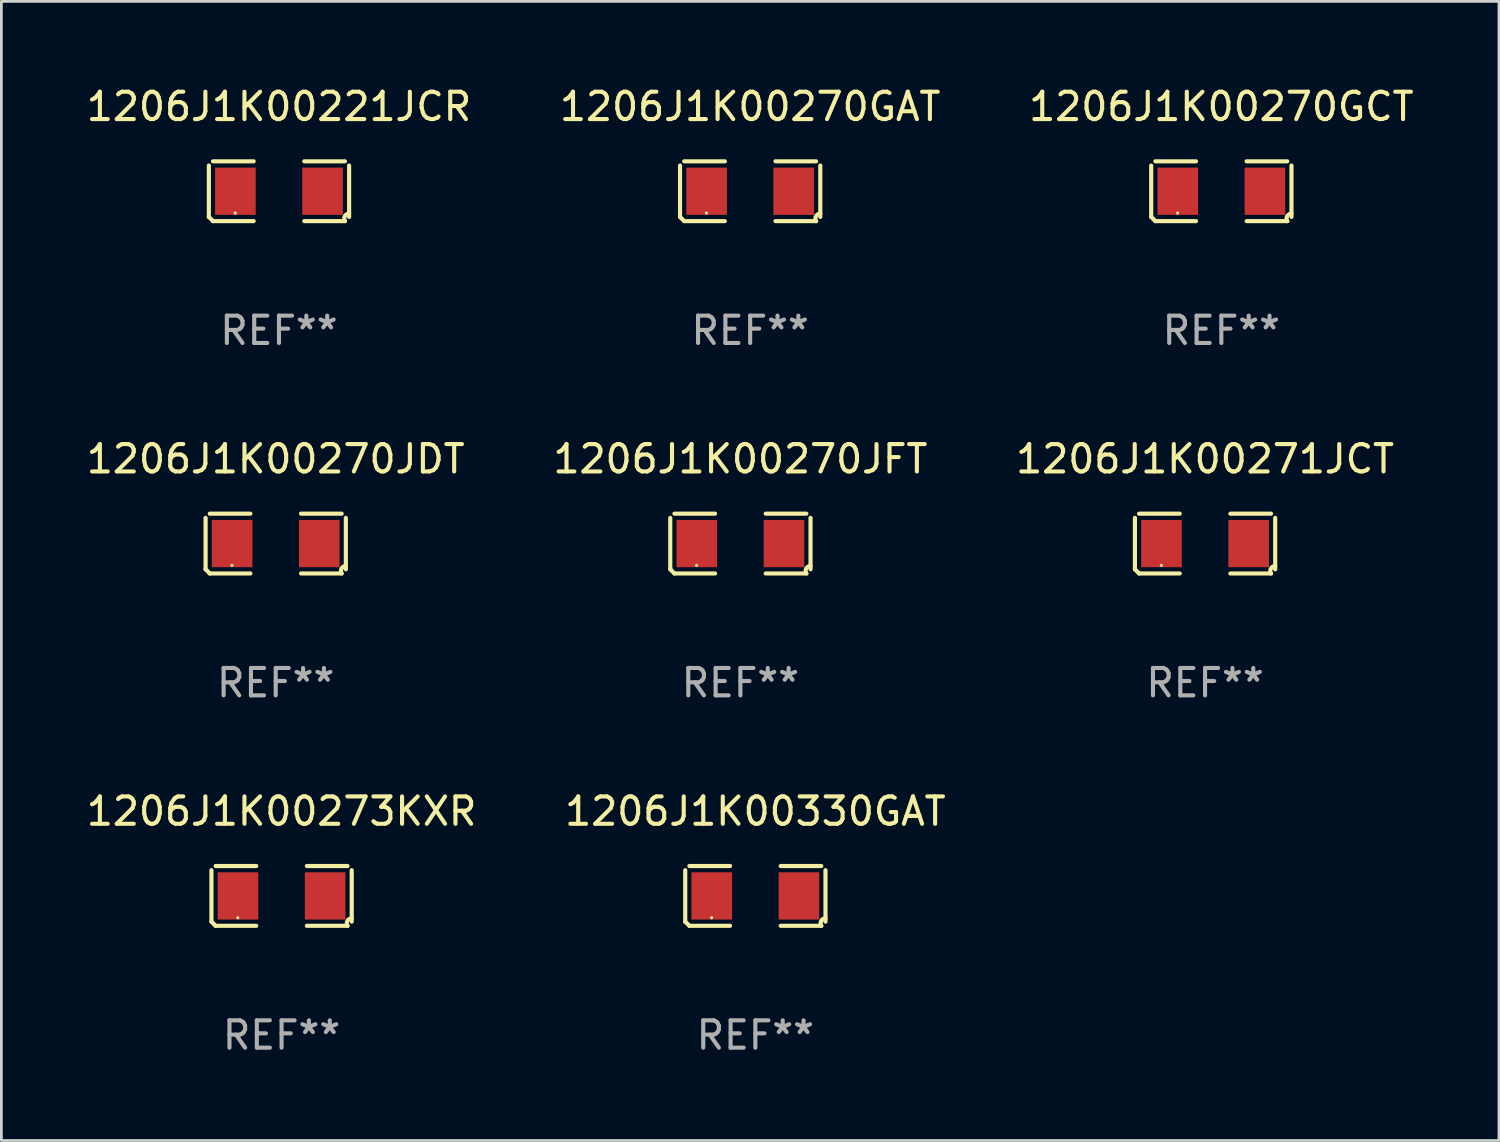
<source format=kicad_pcb>
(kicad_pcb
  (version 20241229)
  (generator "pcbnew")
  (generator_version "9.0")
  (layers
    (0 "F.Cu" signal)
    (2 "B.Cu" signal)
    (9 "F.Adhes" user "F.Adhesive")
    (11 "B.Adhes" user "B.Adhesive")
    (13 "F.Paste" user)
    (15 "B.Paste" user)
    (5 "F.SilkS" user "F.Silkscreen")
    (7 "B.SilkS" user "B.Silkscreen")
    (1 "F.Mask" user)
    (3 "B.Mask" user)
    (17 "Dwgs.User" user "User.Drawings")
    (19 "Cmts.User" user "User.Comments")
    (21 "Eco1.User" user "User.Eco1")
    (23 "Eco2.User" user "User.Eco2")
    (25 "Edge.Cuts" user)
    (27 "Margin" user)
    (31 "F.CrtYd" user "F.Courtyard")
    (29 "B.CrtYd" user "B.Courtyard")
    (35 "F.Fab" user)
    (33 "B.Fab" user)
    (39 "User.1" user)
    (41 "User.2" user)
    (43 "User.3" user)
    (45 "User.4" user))
  (footprint "1206J1K00270GCT"
    (layer "F.Cu")
    (at 41.601 3.941)
    (property "Reference" "1206J1K00270GCT" (at 0 -3.093 0) (layer "F.SilkS") (effects (font (size 1 1) (thickness 0.15))))
    (attr through_hole)
    (fp_line (start -2.564 0.94) (end -2.564 -0.94) (stroke (width 0.152) (type solid)) (layer "F.SilkS"))
    (fp_line (start -2.411 -1.093) (end -0.926 -1.093) (stroke (width 0.152) (type solid)) (layer "F.SilkS"))
    (fp_line (start -0.926 1.093) (end -2.411 1.093) (stroke (width 0.152) (type solid)) (layer "F.SilkS"))
    (fp_line (start 0.926 1.093) (end 2.411 1.093) (stroke (width 0.152) (type solid)) (layer "F.SilkS"))
    (fp_line (start 2.411 -1.093) (end 0.926 -1.093) (stroke (width 0.152) (type solid)) (layer "F.SilkS"))
    (fp_line (start 2.564 0.94) (end 2.564 -0.94) (stroke (width 0.152) (type solid)) (layer "F.SilkS"))
    (fp_arc (start -2.411201 1.092609) (mid -2.487413 1.01642) (end -2.563602 0.940208) (stroke (width 0.1524) (type solid)) (layer "F.SilkS"))
    (fp_arc (start 2.411201 1.092609) (mid 2.407159 0.911226) (end 2.563602 0.819347) (stroke (width 0.1524) (type solid)) (layer "F.SilkS"))
    (fp_circle (center -1.6 0.8) (end -1.57 0.8) (stroke (width 0.06) (type solid)) (fill no) (layer "F.SilkS"))
    (fp_text user "REF**" (at 0 5.093 0) (layer "F.Fab") (effects (font (size 1 1) (thickness 0.15))))
    (pad "1" smd rect (at -1.593 0) (size 1.485 1.728) (layers "F.Cu" "F.Mask" "F.Paste"))
    (pad "2" smd rect (at 1.593 0) (size 1.485 1.728) (layers "F.Cu" "F.Mask" "F.Paste")))
  (footprint "1206J1K00270JFT"
    (layer "F.Cu")
    (at 24.018 16.823)
    (property "Reference" "1206J1K00270JFT" (at 0 -3.093 0) (layer "F.SilkS") (effects (font (size 1 1) (thickness 0.15))))
    (attr through_hole)
    (fp_line (start -2.564 0.94) (end -2.564 -0.94) (stroke (width 0.152) (type solid)) (layer "F.SilkS"))
    (fp_line (start -2.411 -1.093) (end -0.926 -1.093) (stroke (width 0.152) (type solid)) (layer "F.SilkS"))
    (fp_line (start -0.926 1.093) (end -2.411 1.093) (stroke (width 0.152) (type solid)) (layer "F.SilkS"))
    (fp_line (start 0.926 1.093) (end 2.411 1.093) (stroke (width 0.152) (type solid)) (layer "F.SilkS"))
    (fp_line (start 2.411 -1.093) (end 0.926 -1.093) (stroke (width 0.152) (type solid)) (layer "F.SilkS"))
    (fp_line (start 2.564 0.94) (end 2.564 -0.94) (stroke (width 0.152) (type solid)) (layer "F.SilkS"))
    (fp_arc (start -2.411201 1.092609) (mid -2.487413 1.01642) (end -2.563602 0.940208) (stroke (width 0.1524) (type solid)) (layer "F.SilkS"))
    (fp_arc (start 2.411201 1.092609) (mid 2.407159 0.911226) (end 2.563602 0.819347) (stroke (width 0.1524) (type solid)) (layer "F.SilkS"))
    (fp_circle (center -1.6 0.8) (end -1.57 0.8) (stroke (width 0.06) (type solid)) (fill no) (layer "F.SilkS"))
    (fp_text user "REF**" (at 0 5.093 0) (layer "F.Fab") (effects (font (size 1 1) (thickness 0.15))))
    (pad "1" smd rect (at -1.593 0) (size 1.485 1.728) (layers "F.Cu" "F.Mask" "F.Paste"))
    (pad "2" smd rect (at 1.593 0) (size 1.485 1.728) (layers "F.Cu" "F.Mask" "F.Paste")))
  (footprint "1206J1K00270GAT"
    (layer "F.Cu")
    (at 24.375 3.941)
    (property "Reference" "1206J1K00270GAT" (at 0 -3.093 0) (layer "F.SilkS") (effects (font (size 1 1) (thickness 0.15))))
    (attr through_hole)
    (fp_line (start -2.564 0.94) (end -2.564 -0.94) (stroke (width 0.152) (type solid)) (layer "F.SilkS"))
    (fp_line (start -2.411 -1.093) (end -0.926 -1.093) (stroke (width 0.152) (type solid)) (layer "F.SilkS"))
    (fp_line (start -0.926 1.093) (end -2.411 1.093) (stroke (width 0.152) (type solid)) (layer "F.SilkS"))
    (fp_line (start 0.926 1.093) (end 2.411 1.093) (stroke (width 0.152) (type solid)) (layer "F.SilkS"))
    (fp_line (start 2.411 -1.093) (end 0.926 -1.093) (stroke (width 0.152) (type solid)) (layer "F.SilkS"))
    (fp_line (start 2.564 0.94) (end 2.564 -0.94) (stroke (width 0.152) (type solid)) (layer "F.SilkS"))
    (fp_arc (start -2.411201 1.092609) (mid -2.487413 1.01642) (end -2.563602 0.940208) (stroke (width 0.1524) (type solid)) (layer "F.SilkS"))
    (fp_arc (start 2.411201 1.092609) (mid 2.407159 0.911226) (end 2.563602 0.819347) (stroke (width 0.1524) (type solid)) (layer "F.SilkS"))
    (fp_circle (center -1.6 0.8) (end -1.57 0.8) (stroke (width 0.06) (type solid)) (fill no) (layer "F.SilkS"))
    (fp_text user "REF**" (at 0 5.093 0) (layer "F.Fab") (effects (font (size 1 1) (thickness 0.15))))
    (pad "1" smd rect (at -1.593 0) (size 1.485 1.728) (layers "F.Cu" "F.Mask" "F.Paste"))
    (pad "2" smd rect (at 1.593 0) (size 1.485 1.728) (layers "F.Cu" "F.Mask" "F.Paste")))
  (footprint "1206J1K00330GAT"
    (layer "F.Cu")
    (at 24.565 29.704)
    (property "Reference" "1206J1K00330GAT" (at 0 -3.093 0) (layer "F.SilkS") (effects (font (size 1 1) (thickness 0.15))))
    (attr through_hole)
    (fp_line (start -2.564 0.94) (end -2.564 -0.94) (stroke (width 0.152) (type solid)) (layer "F.SilkS"))
    (fp_line (start -2.411 -1.093) (end -0.926 -1.093) (stroke (width 0.152) (type solid)) (layer "F.SilkS"))
    (fp_line (start -0.926 1.093) (end -2.411 1.093) (stroke (width 0.152) (type solid)) (layer "F.SilkS"))
    (fp_line (start 0.926 1.093) (end 2.411 1.093) (stroke (width 0.152) (type solid)) (layer "F.SilkS"))
    (fp_line (start 2.411 -1.093) (end 0.926 -1.093) (stroke (width 0.152) (type solid)) (layer "F.SilkS"))
    (fp_line (start 2.564 0.94) (end 2.564 -0.94) (stroke (width 0.152) (type solid)) (layer "F.SilkS"))
    (fp_arc (start -2.411201 1.092609) (mid -2.487413 1.01642) (end -2.563602 0.940208) (stroke (width 0.1524) (type solid)) (layer "F.SilkS"))
    (fp_arc (start 2.411201 1.092609) (mid 2.407159 0.911226) (end 2.563602 0.819347) (stroke (width 0.1524) (type solid)) (layer "F.SilkS"))
    (fp_circle (center -1.6 0.8) (end -1.57 0.8) (stroke (width 0.06) (type solid)) (fill no) (layer "F.SilkS"))
    (fp_text user "REF**" (at 0 5.093 0) (layer "F.Fab") (effects (font (size 1 1) (thickness 0.15))))
    (pad "1" smd rect (at -1.593 0) (size 1.485 1.728) (layers "F.Cu" "F.Mask" "F.Paste"))
    (pad "2" smd rect (at 1.593 0) (size 1.485 1.728) (layers "F.Cu" "F.Mask" "F.Paste")))
  (footprint "1206J1K00273KXR"
    (layer "F.Cu")
    (at 7.244 29.704)
    (property "Reference" "1206J1K00273KXR" (at 0 -3.093 0) (layer "F.SilkS") (effects (font (size 1 1) (thickness 0.15))))
    (attr through_hole)
    (fp_line (start -2.564 0.94) (end -2.564 -0.94) (stroke (width 0.152) (type solid)) (layer "F.SilkS"))
    (fp_line (start -2.411 -1.093) (end -0.926 -1.093) (stroke (width 0.152) (type solid)) (layer "F.SilkS"))
    (fp_line (start -0.926 1.093) (end -2.411 1.093) (stroke (width 0.152) (type solid)) (layer "F.SilkS"))
    (fp_line (start 0.926 1.093) (end 2.411 1.093) (stroke (width 0.152) (type solid)) (layer "F.SilkS"))
    (fp_line (start 2.411 -1.093) (end 0.926 -1.093) (stroke (width 0.152) (type solid)) (layer "F.SilkS"))
    (fp_line (start 2.564 0.94) (end 2.564 -0.94) (stroke (width 0.152) (type solid)) (layer "F.SilkS"))
    (fp_arc (start -2.411201 1.092609) (mid -2.487413 1.01642) (end -2.563602 0.940208) (stroke (width 0.1524) (type solid)) (layer "F.SilkS"))
    (fp_arc (start 2.411201 1.092609) (mid 2.407159 0.911226) (end 2.563602 0.819347) (stroke (width 0.1524) (type solid)) (layer "F.SilkS"))
    (fp_circle (center -1.6 0.8) (end -1.57 0.8) (stroke (width 0.06) (type solid)) (fill no) (layer "F.SilkS"))
    (fp_text user "REF**" (at 0 5.093 0) (layer "F.Fab") (effects (font (size 1 1) (thickness 0.15))))
    (pad "1" smd rect (at -1.593 0) (size 1.485 1.728) (layers "F.Cu" "F.Mask" "F.Paste"))
    (pad "2" smd rect (at 1.593 0) (size 1.485 1.728) (layers "F.Cu" "F.Mask" "F.Paste")))
  (footprint "1206J1K00270JDT"
    (layer "F.Cu")
    (at 7.03 16.823)
    (property "Reference" "1206J1K00270JDT" (at 0 -3.093 0) (layer "F.SilkS") (effects (font (size 1 1) (thickness 0.15))))
    (attr through_hole)
    (fp_line (start -2.564 0.94) (end -2.564 -0.94) (stroke (width 0.152) (type solid)) (layer "F.SilkS"))
    (fp_line (start -2.411 -1.093) (end -0.926 -1.093) (stroke (width 0.152) (type solid)) (layer "F.SilkS"))
    (fp_line (start -0.926 1.093) (end -2.411 1.093) (stroke (width 0.152) (type solid)) (layer "F.SilkS"))
    (fp_line (start 0.926 1.093) (end 2.411 1.093) (stroke (width 0.152) (type solid)) (layer "F.SilkS"))
    (fp_line (start 2.411 -1.093) (end 0.926 -1.093) (stroke (width 0.152) (type solid)) (layer "F.SilkS"))
    (fp_line (start 2.564 0.94) (end 2.564 -0.94) (stroke (width 0.152) (type solid)) (layer "F.SilkS"))
    (fp_arc (start -2.411201 1.092609) (mid -2.487413 1.01642) (end -2.563602 0.940208) (stroke (width 0.1524) (type solid)) (layer "F.SilkS"))
    (fp_arc (start 2.411201 1.092609) (mid 2.407159 0.911226) (end 2.563602 0.819347) (stroke (width 0.1524) (type solid)) (layer "F.SilkS"))
    (fp_circle (center -1.6 0.8) (end -1.57 0.8) (stroke (width 0.06) (type solid)) (fill no) (layer "F.SilkS"))
    (fp_text user "REF**" (at 0 5.093 0) (layer "F.Fab") (effects (font (size 1 1) (thickness 0.15))))
    (pad "1" smd rect (at -1.593 0) (size 1.485 1.728) (layers "F.Cu" "F.Mask" "F.Paste"))
    (pad "2" smd rect (at 1.593 0) (size 1.485 1.728) (layers "F.Cu" "F.Mask" "F.Paste")))
  (footprint "1206J1K00271JCT"
    (layer "F.Cu")
    (at 41.006 16.823)
    (property "Reference" "1206J1K00271JCT" (at 0 -3.093 0) (layer "F.SilkS") (effects (font (size 1 1) (thickness 0.15))))
    (attr through_hole)
    (fp_line (start -2.564 0.94) (end -2.564 -0.94) (stroke (width 0.152) (type solid)) (layer "F.SilkS"))
    (fp_line (start -2.411 -1.093) (end -0.926 -1.093) (stroke (width 0.152) (type solid)) (layer "F.SilkS"))
    (fp_line (start -0.926 1.093) (end -2.411 1.093) (stroke (width 0.152) (type solid)) (layer "F.SilkS"))
    (fp_line (start 0.926 1.093) (end 2.411 1.093) (stroke (width 0.152) (type solid)) (layer "F.SilkS"))
    (fp_line (start 2.411 -1.093) (end 0.926 -1.093) (stroke (width 0.152) (type solid)) (layer "F.SilkS"))
    (fp_line (start 2.564 0.94) (end 2.564 -0.94) (stroke (width 0.152) (type solid)) (layer "F.SilkS"))
    (fp_arc (start -2.411201 1.092609) (mid -2.487413 1.01642) (end -2.563602 0.940208) (stroke (width 0.1524) (type solid)) (layer "F.SilkS"))
    (fp_arc (start 2.411201 1.092609) (mid 2.407159 0.911226) (end 2.563602 0.819347) (stroke (width 0.1524) (type solid)) (layer "F.SilkS"))
    (fp_circle (center -1.6 0.8) (end -1.57 0.8) (stroke (width 0.06) (type solid)) (fill no) (layer "F.SilkS"))
    (fp_text user "REF**" (at 0 5.093 0) (layer "F.Fab") (effects (font (size 1 1) (thickness 0.15))))
    (pad "1" smd rect (at -1.593 0) (size 1.485 1.728) (layers "F.Cu" "F.Mask" "F.Paste"))
    (pad "2" smd rect (at 1.593 0) (size 1.485 1.728) (layers "F.Cu" "F.Mask" "F.Paste")))
  (footprint "1206J1K00221JCR"
    (layer "F.Cu")
    (at 7.149 3.941)
    (property "Reference" "1206J1K00221JCR" (at 0 -3.093 0) (layer "F.SilkS") (effects (font (size 1 1) (thickness 0.15))))
    (attr through_hole)
    (fp_line (start -2.564 0.94) (end -2.564 -0.94) (stroke (width 0.152) (type solid)) (layer "F.SilkS"))
    (fp_line (start -2.411 -1.093) (end -0.926 -1.093) (stroke (width 0.152) (type solid)) (layer "F.SilkS"))
    (fp_line (start -0.926 1.093) (end -2.411 1.093) (stroke (width 0.152) (type solid)) (layer "F.SilkS"))
    (fp_line (start 0.926 1.093) (end 2.411 1.093) (stroke (width 0.152) (type solid)) (layer "F.SilkS"))
    (fp_line (start 2.411 -1.093) (end 0.926 -1.093) (stroke (width 0.152) (type solid)) (layer "F.SilkS"))
    (fp_line (start 2.564 0.94) (end 2.564 -0.94) (stroke (width 0.152) (type solid)) (layer "F.SilkS"))
    (fp_arc (start -2.411201 1.092609) (mid -2.487413 1.01642) (end -2.563602 0.940208) (stroke (width 0.1524) (type solid)) (layer "F.SilkS"))
    (fp_arc (start 2.411201 1.092609) (mid 2.407159 0.911226) (end 2.563602 0.819347) (stroke (width 0.1524) (type solid)) (layer "F.SilkS"))
    (fp_circle (center -1.6 0.8) (end -1.57 0.8) (stroke (width 0.06) (type solid)) (fill no) (layer "F.SilkS"))
    (fp_text user "REF**" (at 0 5.093 0) (layer "F.Fab") (effects (font (size 1 1) (thickness 0.15))))
    (pad "1" smd rect (at -1.593 0) (size 1.485 1.728) (layers "F.Cu" "F.Mask" "F.Paste"))
    (pad "2" smd rect (at 1.593 0) (size 1.485 1.728) (layers "F.Cu" "F.Mask" "F.Paste")))
  (gr_rect
    (start -3 -3)
    (end 51.75 38.645)
    (stroke (width 0.1) (type default))
    (fill no)
    (layer "Edge.Cuts")))
</source>
